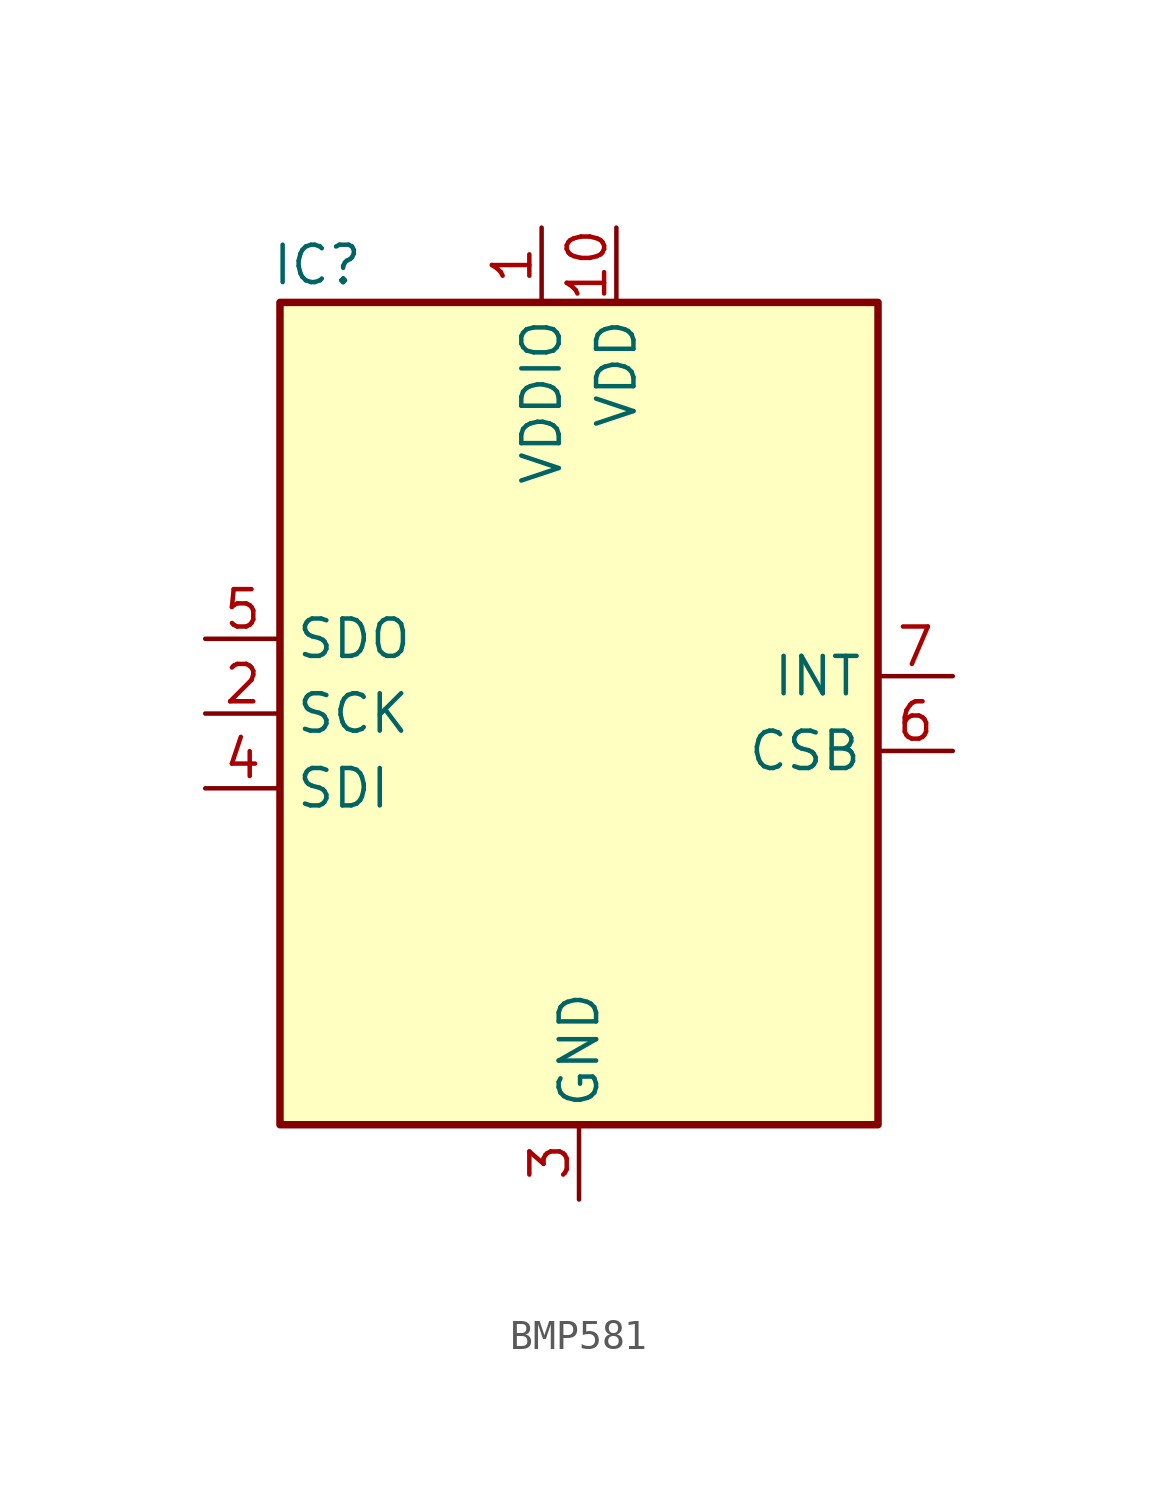
<source format=kicad_sym>
(kicad_symbol_lib
  (version 20231120)
  (generator "kicad_symbol_editor")
  (generator_version "8.0")
  (symbol "BMP581"
    (property "Reference" "IC"
      (at -8.89 15.24 0)
      (effects (font (size 1.27 1.27))))
    (property "Value" ""
      (at 0 1.27 0)
      (effects (font (size 1.27 1.27))))
    (symbol "BMP581_1_0"
      (pin passive line (at -1.27 16.51 270) (length 2.54) (name "VDDIO" (effects (font (size 1.27 1.27)))) (number "1" (effects (font (size 1.27 1.27)))))
      (pin passive line (at 1.27 16.51 270) (length 2.54) (name "VDD" (effects (font (size 1.27 1.27)))) (number "10" (effects (font (size 1.27 1.27)))))
      (pin input line (at -12.7 0 0) (length 2.54) (name "SCK" (effects (font (size 1.27 1.27)))) (number "2" (effects (font (size 1.27 1.27)))))
      (pin power_in line (at 0 -16.51 90) (length 2.54) (name "GND" (effects (font (size 1.27 1.27)))) (number "3" (effects (font (size 1.27 1.27)))))
      (pin bidirectional line (at -12.7 -2.54 0) (length 2.54) (name "SDI" (effects (font (size 1.27 1.27)))) (number "4" (effects (font (size 1.27 1.27)))))
      (pin bidirectional line (at -12.7 2.54 0) (length 2.54) (name "SDO" (effects (font (size 1.27 1.27)))) (number "5" (effects (font (size 1.27 1.27)))))
      (pin passive line (at 12.7 -1.27 180) (length 2.54) (name "CSB" (effects (font (size 1.27 1.27)))) (number "6" (effects (font (size 1.27 1.27)))))
      (pin passive line (at 12.7 1.27 180) (length 2.54) (name "INT" (effects (font (size 1.27 1.27)))) (number "7" (effects (font (size 1.27 1.27)))))
      (pin power_in line (at 0 -16.51 90) (length 2.54) hide (name "GND" (effects (font (size 1.27 1.27)))) (number "8" (effects (font (size 1.27 1.27)))))
      (pin power_in line (at 0 -16.51 90) (length 2.54) hide (name "GND" (effects (font (size 1.27 1.27)))) (number "9" (effects (font (size 1.27 1.27))))))
    (symbol "BMP581_1_1"
      (polyline (pts (xy -10.16 13.97) (xy 10.16 13.97) (xy 10.16 -13.97) (xy -10.16 -13.97) (xy -10.16 13.97)) (stroke (width 0.254) (type default)) (fill (type background))))))
</source>
